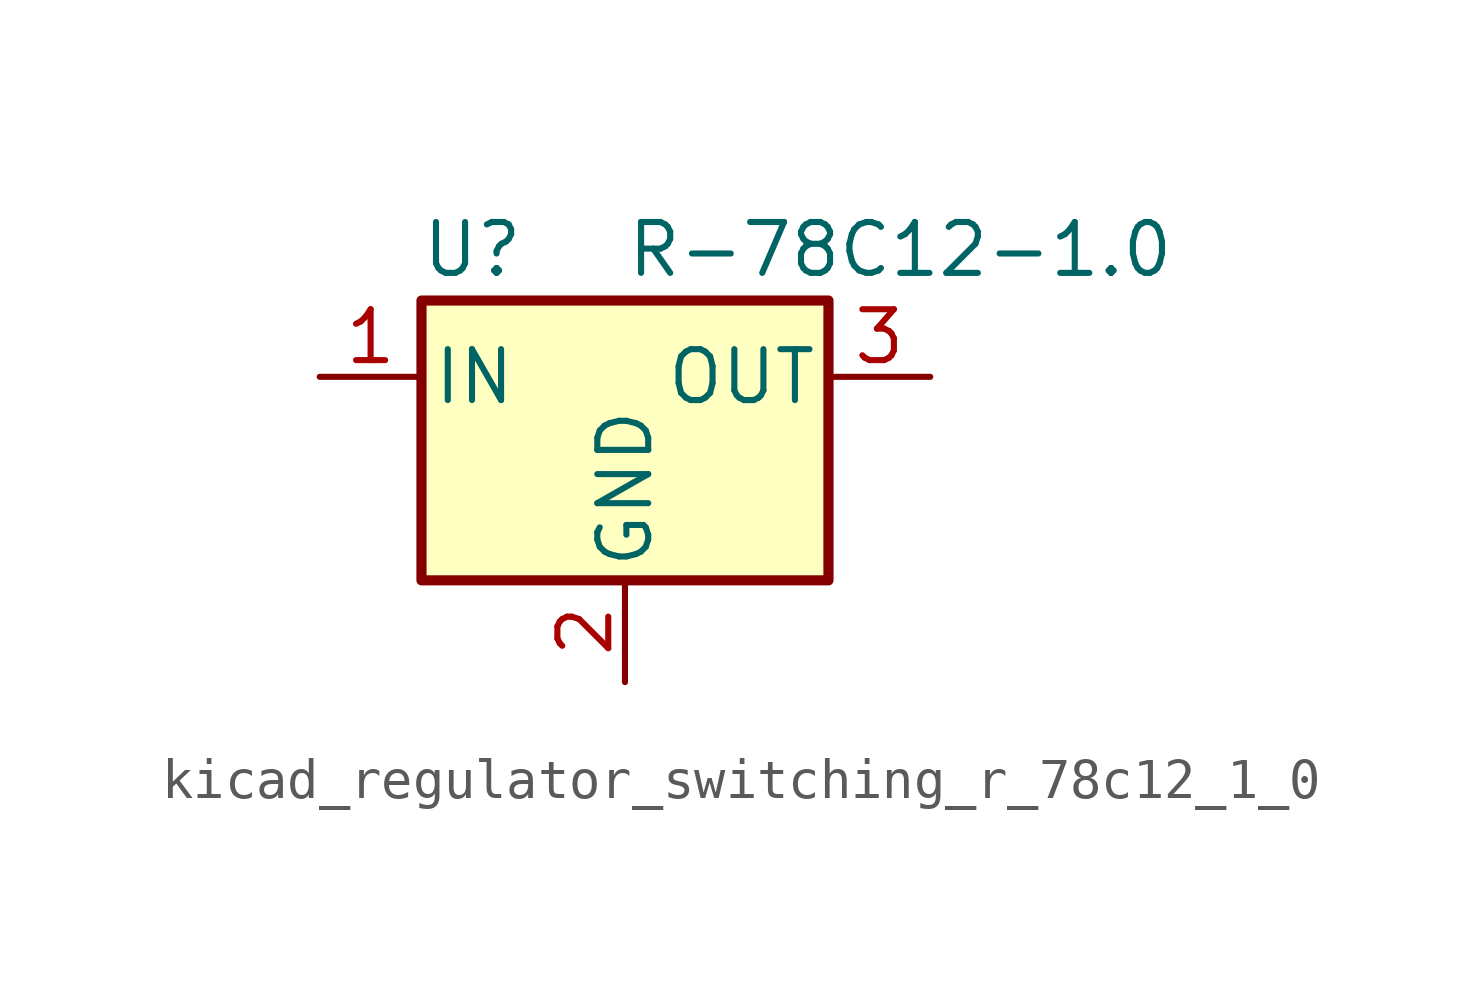
<source format=kicad_sym>
(kicad_symbol_lib
  (version 20220914)
  (generator kicad_symbol_editor)
  (symbol "kicad_regulator_switching_r_78c12_1_0"
    (pin_names
      (offset 0.254))
    (property "Reference" "U"
      (at -3.81 3.175 0)
      (effects (font (size 1.27 1.27))))
    (property "Value" "R-78C12-1.0"
      (at 0 3.175 0)
      (effects (font (size 1.27 1.27)) (justify left)))
    (symbol "kicad_regulator_switching_r_78c12_1_0_0_1"
      (rectangle (start -5.08 1.905) (end 5.08 -5.08) (stroke (width 0.254) (type default)) (fill (type background))))
    (symbol "kicad_regulator_switching_r_78c12_1_0_1_1"
      (pin power_in line (at -7.62 0 0) (length 2.54) (name "IN" (effects (font (size 1.27 1.27)))) (number "1" (effects (font (size 1.27 1.27)))))
      (pin power_in line (at 0 -7.62 90) (length 2.54) (name "GND" (effects (font (size 1.27 1.27)))) (number "2" (effects (font (size 1.27 1.27)))))
      (pin power_out line (at 7.62 0 180) (length 2.54) (name "OUT" (effects (font (size 1.27 1.27)))) (number "3" (effects (font (size 1.27 1.27))))))))
</source>
